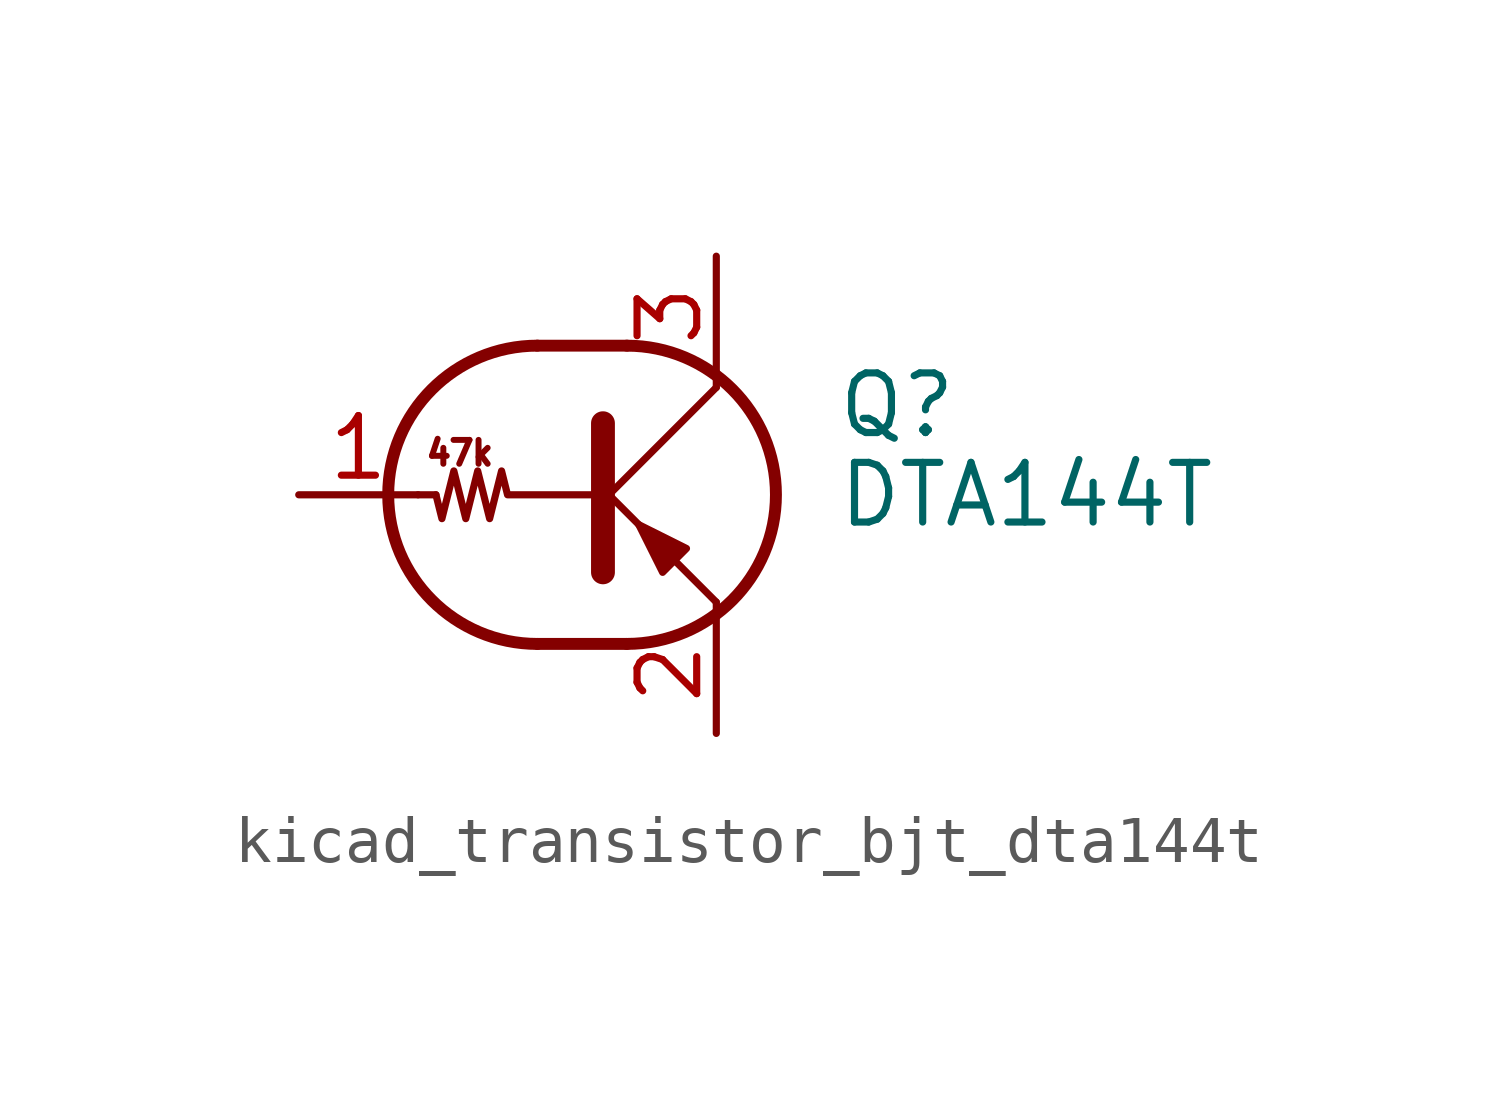
<source format=kicad_sym>
(kicad_symbol_lib
  (version 20220914)
  (generator kicad_symbol_editor)
  (symbol "kicad_transistor_bjt_dta144t"
    (pin_names
      (offset 0) hide)
    (property "Reference" "Q"
      (at 5.08 1.905 0)
      (effects (font (size 1.27 1.27)) (justify left)))
    (property "Value" "DTA144T"
      (at 5.08 0 0)
      (effects (font (size 1.27 1.27)) (justify left)))
    (symbol "kicad_transistor_bjt_dta144t_0_0"
      (polyline (pts (xy 2.54 -2.286) (xy 2.54 -2.54)) (stroke (width 0) (type default)) (fill (type none)))
      (text "47k" (at -2.921 0.889 0) (effects (font (size 0.508 0.508)))))
    (symbol "kicad_transistor_bjt_dta144t_0_1"
      (arc (start -1.27 3.175) (mid -4.4312 0) (end -1.27 -3.175) (stroke (width 0.254) (type default)) (fill (type none)))
      (polyline (pts (xy -3.429 0) (xy -3.81 0)) (stroke (width 0) (type default)) (fill (type none)))
      (polyline (pts (xy -1.27 -3.175) (xy 0.635 -3.175)) (stroke (width 0.254) (type default)) (fill (type none)))
      (polyline (pts (xy -1.27 3.175) (xy 0.635 3.175)) (stroke (width 0.254) (type default)) (fill (type none)))
      (polyline (pts (xy 0 -0.254) (xy 2.54 2.286)) (stroke (width 0) (type default)) (fill (type none)))
      (polyline (pts (xy 0.127 1.524) (xy 0.127 -1.651)) (stroke (width 0.508) (type default)) (fill (type outline)))
      (polyline (pts (xy 2.54 2.286) (xy 2.54 2.54)) (stroke (width 0) (type default)) (fill (type none)))
      (polyline (pts (xy 2.54 -2.286) (xy 0 0.254) (xy 0 0.254)) (stroke (width 0) (type default)) (fill (type none)))
      (polyline (pts (xy 1.397 -1.651) (xy 1.905 -1.143) (xy 0.889 -0.635) (xy 1.397 -1.651)) (stroke (width 0) (type default)) (fill (type outline)))
      (polyline (pts (xy 0 0) (xy -1.905 0) (xy -2.032 0.508) (xy -2.286 -0.508) (xy -2.54 0.508) (xy -2.794 -0.508) (xy -3.048 0.508) (xy -3.302 -0.508) (xy -3.429 0)) (stroke (width 0) (type default)) (fill (type none)))
      (arc (start 0.635 -3.175) (mid 3.7962 0) (end 0.635 3.175) (stroke (width 0.254) (type default)) (fill (type none))))
    (symbol "kicad_transistor_bjt_dta144t_1_1"
      (pin input line (at -6.35 0 0) (length 2.54) (name "B" (effects (font (size 1.27 1.27)))) (number "1" (effects (font (size 1.27 1.27)))))
      (pin passive line (at 2.54 -5.08 90) (length 2.54) (name "E" (effects (font (size 1.27 1.27)))) (number "2" (effects (font (size 1.27 1.27)))))
      (pin passive line (at 2.54 5.08 270) (length 2.54) (name "C" (effects (font (size 1.27 1.27)))) (number "3" (effects (font (size 1.27 1.27))))))))
</source>
